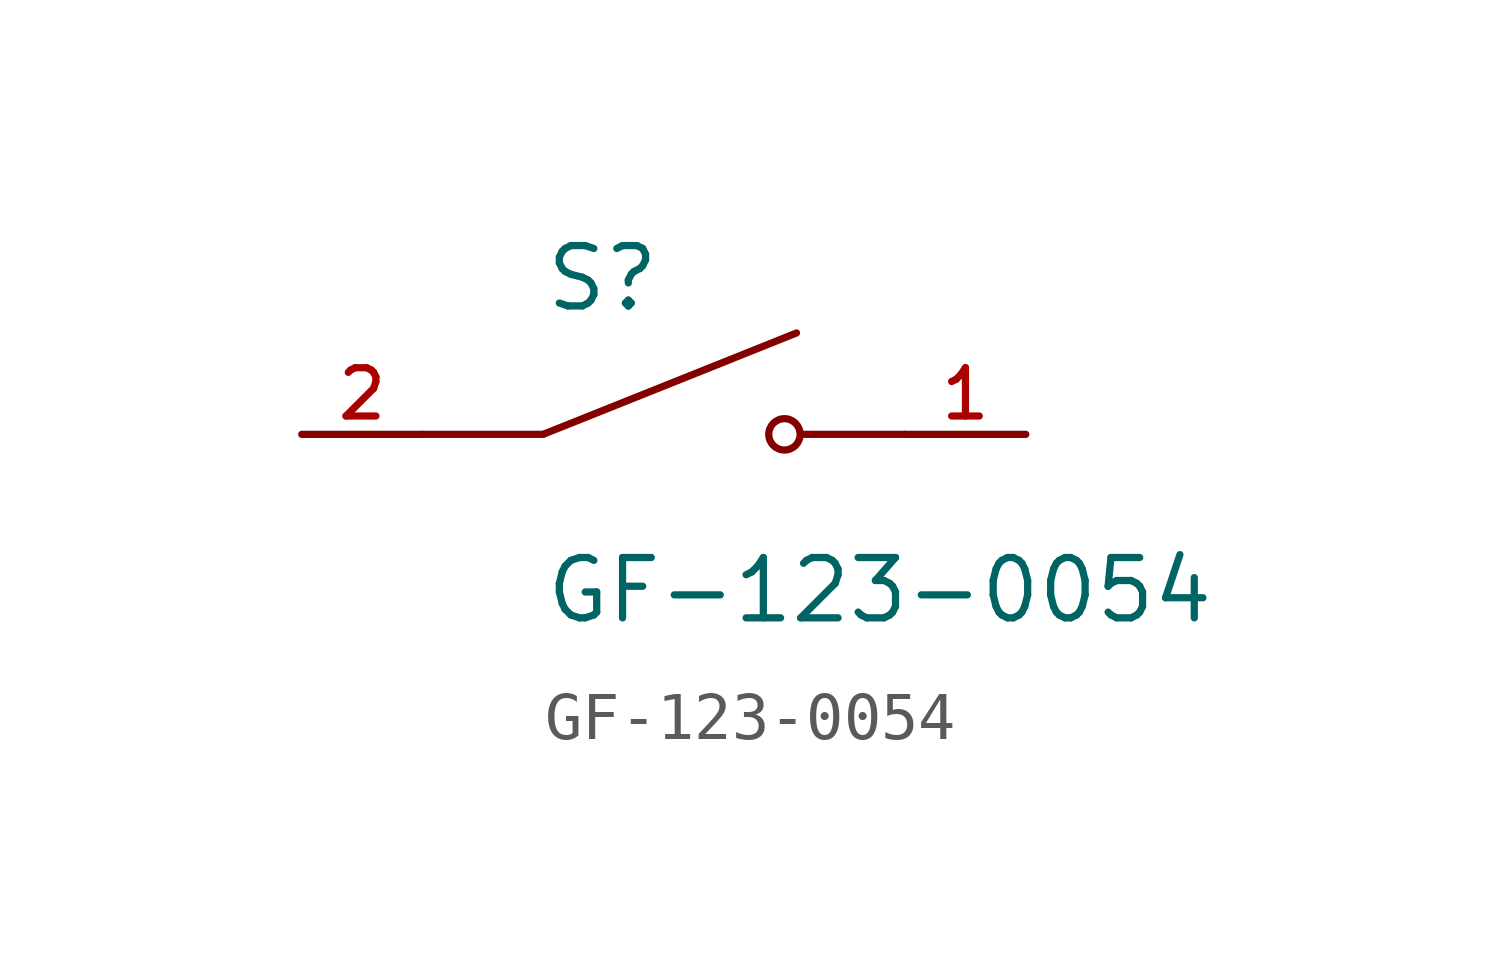
<source format=kicad_sym>
(kicad_symbol_lib
  (version 20211014)
  (generator kicad_symbol_editor)
  (symbol "GF-123-0054"
    (pin_names
      (offset 1.016))
    (property "Reference" "S"
      (at -2.54 2.54 0)
      (effects (font (size 1.27 1.27)) (justify bottom left)))
    (property "Value" "GF-123-0054"
      (at -2.54 -2.54 0)
      (effects (font (size 1.27 1.27)) (justify top left)))
    (symbol "GF-123-0054_0_0"
      (polyline (pts (xy -2.54 0.0) (xy 2.794 2.134)) (stroke (width 0.152)))
      (circle (center 2.54 0.0) (radius 0.33) (stroke (width 0.152)) (fill (type none)))
      (polyline (pts (xy 5.08 0.0) (xy 2.921 0.0)) (stroke (width 0.152)))
      (polyline (pts (xy -2.54 0.0) (xy -5.08 0.0)) (stroke (width 0.152)))
      (pin passive line (at -7.62 0.0 0) (length 2.54) (name "~" (effects (font (size 1.016 1.016)))) (number "2" (effects (font (size 1.016 1.016)))))
      (pin passive line (at 7.62 0.0 180.0) (length 2.54) (name "~" (effects (font (size 1.016 1.016)))) (number "1" (effects (font (size 1.016 1.016))))))))
</source>
